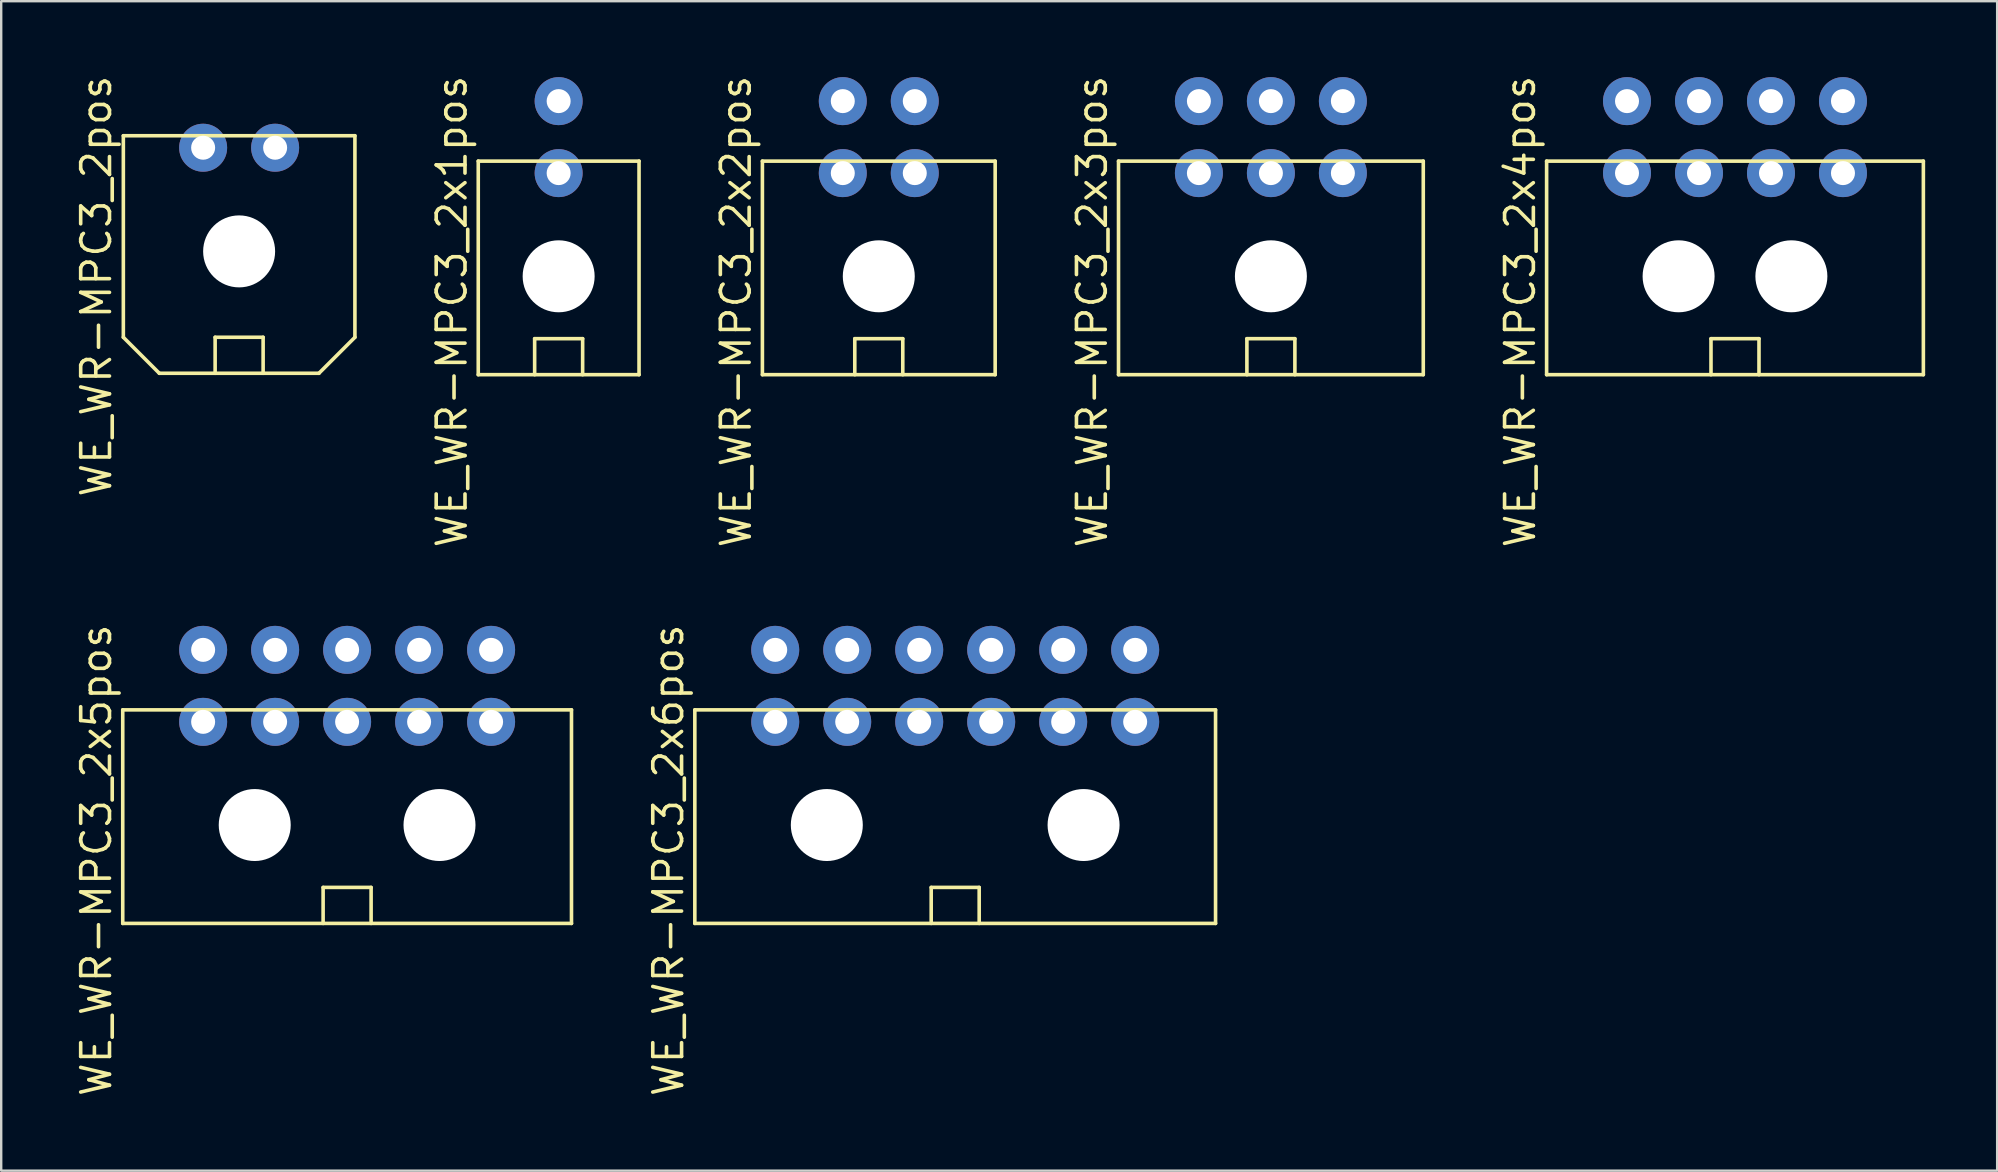
<source format=kicad_pcb>
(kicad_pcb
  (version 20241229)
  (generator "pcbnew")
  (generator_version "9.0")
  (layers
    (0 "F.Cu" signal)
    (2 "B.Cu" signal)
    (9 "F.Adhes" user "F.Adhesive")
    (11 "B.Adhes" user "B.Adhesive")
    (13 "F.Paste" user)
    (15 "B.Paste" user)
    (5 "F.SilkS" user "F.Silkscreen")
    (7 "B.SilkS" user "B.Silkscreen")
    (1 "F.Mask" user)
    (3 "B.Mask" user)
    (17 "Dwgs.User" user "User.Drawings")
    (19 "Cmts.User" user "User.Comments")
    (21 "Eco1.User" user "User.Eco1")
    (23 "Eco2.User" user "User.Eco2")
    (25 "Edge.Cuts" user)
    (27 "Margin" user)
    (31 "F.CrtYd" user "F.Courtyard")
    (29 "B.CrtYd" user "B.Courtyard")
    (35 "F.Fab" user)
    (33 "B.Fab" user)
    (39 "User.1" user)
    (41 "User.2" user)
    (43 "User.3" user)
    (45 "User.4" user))
  (footprint "WE_WR-MPC3_2x4pos"
    (layer "F.Cu")
    (at 69.251 2.664)
    (property "Reference" "WE_WR-MPC3_2x4pos" (at -8.95 7.27 270) (layer "F.SilkS") (effects (font (size 1.2 1.2) (thickness 0.15))))
    (attr through_hole)
    (fp_line (start -7.85 1) (end -7.85 9.9) (stroke (width 0.15) (type solid)) (layer "F.SilkS"))
    (fp_line (start -7.85 1) (end 7.85 1) (stroke (width 0.15) (type solid)) (layer "F.SilkS"))
    (fp_line (start -1 8.4) (end 1 8.4) (stroke (width 0.15) (type solid)) (layer "F.SilkS"))
    (fp_line (start -1 9.9) (end -1 8.4) (stroke (width 0.15) (type solid)) (layer "F.SilkS"))
    (fp_line (start 1 8.4) (end 1 9.9) (stroke (width 0.15) (type solid)) (layer "F.SilkS"))
    (fp_line (start 7.85 1) (end 7.85 9.9) (stroke (width 0.15) (type solid)) (layer "F.SilkS"))
    (fp_line (start 7.85 9.9) (end -7.85 9.9) (stroke (width 0.15) (type solid)) (layer "F.SilkS"))
    (pad "" np_thru_hole circle (at -2.35 5.8) (size 3 3) (drill 3) (layers "*.Cu" "*.Mask"))
    (pad "" np_thru_hole circle (at 2.35 5.8) (size 3 3) (drill 3) (layers "*.Cu" "*.Mask"))
    (pad "1" thru_hole circle (at -4.5 1.5) (size 2 2) (drill 1) (layers "*.Cu" "*.Mask"))
    (pad "2" thru_hole circle (at -4.5 -1.5) (size 2 2) (drill 1) (layers "*.Cu" "*.Mask"))
    (pad "3" thru_hole circle (at -1.5 1.5) (size 2 2) (drill 1) (layers "*.Cu" "*.Mask"))
    (pad "4" thru_hole circle (at -1.5 -1.5) (size 2 2) (drill 1) (layers "*.Cu" "*.Mask"))
    (pad "5" thru_hole circle (at 1.5 1.5) (size 2 2) (drill 1) (layers "*.Cu" "*.Mask"))
    (pad "6" thru_hole circle (at 1.5 -1.5) (size 2 2) (drill 1) (layers "*.Cu" "*.Mask"))
    (pad "7" thru_hole circle (at 4.5 1.5) (size 2 2) (drill 1) (layers "*.Cu" "*.Mask"))
    (pad "8" thru_hole circle (at 4.5 -1.5) (size 2 2) (drill 1) (layers "*.Cu" "*.Mask")))
  (footprint "WE_WR-MPC3_2x2pos"
    (layer "F.Cu")
    (at 33.571 2.664)
    (property "Reference" "WE_WR-MPC3_2x2pos" (at -5.95 7.27 270) (layer "F.SilkS") (effects (font (size 1.2 1.2) (thickness 0.15))))
    (attr through_hole)
    (fp_line (start -4.85 1) (end -4.85 9.9) (stroke (width 0.15) (type solid)) (layer "F.SilkS"))
    (fp_line (start -4.85 1) (end 4.85 1) (stroke (width 0.15) (type solid)) (layer "F.SilkS"))
    (fp_line (start -1 8.4) (end 1 8.4) (stroke (width 0.15) (type solid)) (layer "F.SilkS"))
    (fp_line (start -1 9.9) (end -1 8.4) (stroke (width 0.15) (type solid)) (layer "F.SilkS"))
    (fp_line (start 1 8.4) (end 1 9.9) (stroke (width 0.15) (type solid)) (layer "F.SilkS"))
    (fp_line (start 4.85 1) (end 4.85 9.9) (stroke (width 0.15) (type solid)) (layer "F.SilkS"))
    (fp_line (start 4.85 9.9) (end -4.85 9.9) (stroke (width 0.15) (type solid)) (layer "F.SilkS"))
    (pad "" np_thru_hole circle (at 0 5.8) (size 3 3) (drill 3) (layers "*.Cu" "*.Mask"))
    (pad "1" thru_hole circle (at -1.5 1.5) (size 2 2) (drill 1) (layers "*.Cu" "*.Mask"))
    (pad "2" thru_hole circle (at -1.5 -1.5) (size 2 2) (drill 1) (layers "*.Cu" "*.Mask"))
    (pad "3" thru_hole circle (at 1.5 1.5) (size 2 2) (drill 1) (layers "*.Cu" "*.Mask"))
    (pad "4" thru_hole circle (at 1.5 -1.5) (size 2 2) (drill 1) (layers "*.Cu" "*.Mask")))
  (footprint "WE_WR-MPC3_2x5pos"
    (layer "F.Cu")
    (at 11.415 25.531)
    (property "Reference" "WE_WR-MPC3_2x5pos" (at -10.45 7.27 270) (layer "F.SilkS") (effects (font (size 1.2 1.2) (thickness 0.15))))
    (attr through_hole)
    (fp_line (start -9.35 1) (end -9.35 9.9) (stroke (width 0.15) (type solid)) (layer "F.SilkS"))
    (fp_line (start -9.35 1) (end 9.35 1) (stroke (width 0.15) (type solid)) (layer "F.SilkS"))
    (fp_line (start -1 8.4) (end 1 8.4) (stroke (width 0.15) (type solid)) (layer "F.SilkS"))
    (fp_line (start -1 9.9) (end -1 8.4) (stroke (width 0.15) (type solid)) (layer "F.SilkS"))
    (fp_line (start 1 8.4) (end 1 9.9) (stroke (width 0.15) (type solid)) (layer "F.SilkS"))
    (fp_line (start 9.35 1) (end 9.35 9.9) (stroke (width 0.15) (type solid)) (layer "F.SilkS"))
    (fp_line (start 9.35 9.9) (end -9.35 9.9) (stroke (width 0.15) (type solid)) (layer "F.SilkS"))
    (pad "" np_thru_hole circle (at -3.85 5.8) (size 3 3) (drill 3) (layers "*.Cu" "*.Mask"))
    (pad "" np_thru_hole circle (at 3.85 5.8) (size 3 3) (drill 3) (layers "*.Cu" "*.Mask"))
    (pad "1" thru_hole circle (at -6 1.5) (size 2 2) (drill 1) (layers "*.Cu" "*.Mask"))
    (pad "2" thru_hole circle (at -6 -1.5) (size 2 2) (drill 1) (layers "*.Cu" "*.Mask"))
    (pad "3" thru_hole circle (at -3 1.5) (size 2 2) (drill 1) (layers "*.Cu" "*.Mask"))
    (pad "4" thru_hole circle (at -3 -1.5) (size 2 2) (drill 1) (layers "*.Cu" "*.Mask"))
    (pad "5" thru_hole circle (at 0 1.5) (size 2 2) (drill 1) (layers "*.Cu" "*.Mask"))
    (pad "6" thru_hole circle (at 0 -1.5) (size 2 2) (drill 1) (layers "*.Cu" "*.Mask"))
    (pad "7" thru_hole circle (at 3 1.5) (size 2 2) (drill 1) (layers "*.Cu" "*.Mask"))
    (pad "8" thru_hole circle (at 3 -1.5) (size 2 2) (drill 1) (layers "*.Cu" "*.Mask"))
    (pad "9" thru_hole circle (at 6 1.5) (size 2 2) (drill 1) (layers "*.Cu" "*.Mask"))
    (pad "10" thru_hole circle (at 6 -1.5) (size 2 2) (drill 1) (layers "*.Cu" "*.Mask")))
  (footprint "WE_WR-MPC3_2x3pos"
    (layer "F.Cu")
    (at 49.911 2.664)
    (property "Reference" "WE_WR-MPC3_2x3pos" (at -7.45 7.27 270) (layer "F.SilkS") (effects (font (size 1.2 1.2) (thickness 0.15))))
    (attr through_hole)
    (fp_line (start -6.35 1) (end -6.35 9.9) (stroke (width 0.15) (type solid)) (layer "F.SilkS"))
    (fp_line (start -6.35 1) (end 6.35 1) (stroke (width 0.15) (type solid)) (layer "F.SilkS"))
    (fp_line (start -1 8.4) (end 1 8.4) (stroke (width 0.15) (type solid)) (layer "F.SilkS"))
    (fp_line (start -1 9.9) (end -1 8.4) (stroke (width 0.15) (type solid)) (layer "F.SilkS"))
    (fp_line (start 1 8.4) (end 1 9.9) (stroke (width 0.15) (type solid)) (layer "F.SilkS"))
    (fp_line (start 6.35 1) (end 6.35 9.9) (stroke (width 0.15) (type solid)) (layer "F.SilkS"))
    (fp_line (start 6.35 9.9) (end -6.35 9.9) (stroke (width 0.15) (type solid)) (layer "F.SilkS"))
    (pad "" np_thru_hole circle (at 0 5.8) (size 3 3) (drill 3) (layers "*.Cu" "*.Mask"))
    (pad "1" thru_hole circle (at -3 1.5) (size 2 2) (drill 1) (layers "*.Cu" "*.Mask"))
    (pad "2" thru_hole circle (at -3 -1.5) (size 2 2) (drill 1) (layers "*.Cu" "*.Mask"))
    (pad "3" thru_hole circle (at 0 1.5) (size 2 2) (drill 1) (layers "*.Cu" "*.Mask"))
    (pad "4" thru_hole circle (at 0 -1.5) (size 2 2) (drill 1) (layers "*.Cu" "*.Mask"))
    (pad "5" thru_hole circle (at 3 1.5) (size 2 2) (drill 1) (layers "*.Cu" "*.Mask"))
    (pad "6" thru_hole circle (at 3 -1.5) (size 2 2) (drill 1) (layers "*.Cu" "*.Mask")))
  (footprint "WE_WR-MPC3_2pos"
    (layer "F.Cu")
    (at 6.915 3.106)
    (property "Reference" "WE_WR-MPC3_2pos" (at -5.95 5.77 270) (layer "F.SilkS") (effects (font (size 1.2 1.2) (thickness 0.15))))
    (attr through_hole)
    (fp_line (start -4.825 -0.5) (end -4.825 7.9) (stroke (width 0.15) (type solid)) (layer "F.SilkS"))
    (fp_line (start -4.825 -0.5) (end 4.825 -0.5) (stroke (width 0.15) (type solid)) (layer "F.SilkS"))
    (fp_line (start -4.825 7.9) (end -3.325 9.4) (stroke (width 0.15) (type solid)) (layer "F.SilkS"))
    (fp_line (start -1 7.9) (end 1 7.9) (stroke (width 0.15) (type solid)) (layer "F.SilkS"))
    (fp_line (start -1 9.4) (end -1 7.9) (stroke (width 0.15) (type solid)) (layer "F.SilkS"))
    (fp_line (start 1 7.9) (end 1 9.4) (stroke (width 0.15) (type solid)) (layer "F.SilkS"))
    (fp_line (start 3.325 9.4) (end -3.325 9.4) (stroke (width 0.15) (type solid)) (layer "F.SilkS"))
    (fp_line (start 4.825 -0.5) (end 4.825 7.9) (stroke (width 0.15) (type solid)) (layer "F.SilkS"))
    (fp_line (start 4.825 7.9) (end 3.325 9.4) (stroke (width 0.15) (type solid)) (layer "F.SilkS"))
    (pad "" np_thru_hole circle (at 0 4.32) (size 3 3) (drill 3) (layers "*.Cu" "*.Mask"))
    (pad "1" thru_hole circle (at -1.5 0) (size 2 2) (drill 1) (layers "*.Cu" "*.Mask"))
    (pad "2" thru_hole circle (at 1.5 0) (size 2 2) (drill 1) (layers "*.Cu" "*.Mask")))
  (footprint "WE_WR-MPC3_2x6pos"
    (layer "F.Cu")
    (at 36.755 25.531)
    (property "Reference" "WE_WR-MPC3_2x6pos" (at -11.95 7.27 270) (layer "F.SilkS") (effects (font (size 1.2 1.2) (thickness 0.15))))
    (attr through_hole)
    (fp_line (start -10.85 1) (end -10.85 9.9) (stroke (width 0.15) (type solid)) (layer "F.SilkS"))
    (fp_line (start -10.85 1) (end 10.85 1) (stroke (width 0.15) (type solid)) (layer "F.SilkS"))
    (fp_line (start -1 8.4) (end 1 8.4) (stroke (width 0.15) (type solid)) (layer "F.SilkS"))
    (fp_line (start -1 9.9) (end -1 8.4) (stroke (width 0.15) (type solid)) (layer "F.SilkS"))
    (fp_line (start 1 8.4) (end 1 9.9) (stroke (width 0.15) (type solid)) (layer "F.SilkS"))
    (fp_line (start 10.85 1) (end 10.85 9.9) (stroke (width 0.15) (type solid)) (layer "F.SilkS"))
    (fp_line (start 10.85 9.9) (end -10.85 9.9) (stroke (width 0.15) (type solid)) (layer "F.SilkS"))
    (pad "" np_thru_hole circle (at -5.35 5.8) (size 3 3) (drill 3) (layers "*.Cu" "*.Mask"))
    (pad "" np_thru_hole circle (at 5.35 5.8) (size 3 3) (drill 3) (layers "*.Cu" "*.Mask"))
    (pad "1" thru_hole circle (at -7.5 1.5) (size 2 2) (drill 1) (layers "*.Cu" "*.Mask"))
    (pad "2" thru_hole circle (at -7.5 -1.5) (size 2 2) (drill 1) (layers "*.Cu" "*.Mask"))
    (pad "3" thru_hole circle (at -4.5 1.5) (size 2 2) (drill 1) (layers "*.Cu" "*.Mask"))
    (pad "4" thru_hole circle (at -4.5 -1.5) (size 2 2) (drill 1) (layers "*.Cu" "*.Mask"))
    (pad "5" thru_hole circle (at -1.5 1.5) (size 2 2) (drill 1) (layers "*.Cu" "*.Mask"))
    (pad "6" thru_hole circle (at -1.5 -1.5) (size 2 2) (drill 1) (layers "*.Cu" "*.Mask"))
    (pad "7" thru_hole circle (at 1.5 1.5) (size 2 2) (drill 1) (layers "*.Cu" "*.Mask"))
    (pad "8" thru_hole circle (at 1.5 -1.5) (size 2 2) (drill 1) (layers "*.Cu" "*.Mask"))
    (pad "9" thru_hole circle (at 4.5 1.5) (size 2 2) (drill 1) (layers "*.Cu" "*.Mask"))
    (pad "10" thru_hole circle (at 4.5 -1.5) (size 2 2) (drill 1) (layers "*.Cu" "*.Mask"))
    (pad "11" thru_hole circle (at 7.5 1.5) (size 2 2) (drill 1) (layers "*.Cu" "*.Mask"))
    (pad "12" thru_hole circle (at 7.5 -1.5) (size 2 2) (drill 1) (layers "*.Cu" "*.Mask")))
  (footprint "WE_WR-MPC3_2x1pos"
    (layer "F.Cu")
    (at 20.23 2.664)
    (property "Reference" "WE_WR-MPC3_2x1pos" (at -4.45 7.27 270) (layer "F.SilkS") (effects (font (size 1.2 1.2) (thickness 0.15))))
    (attr through_hole)
    (fp_line (start -3.35 1) (end -3.35 9.9) (stroke (width 0.15) (type solid)) (layer "F.SilkS"))
    (fp_line (start -3.35 1) (end 3.35 1) (stroke (width 0.15) (type solid)) (layer "F.SilkS"))
    (fp_line (start -1 8.4) (end 1 8.4) (stroke (width 0.15) (type solid)) (layer "F.SilkS"))
    (fp_line (start -1 9.9) (end -1 8.4) (stroke (width 0.15) (type solid)) (layer "F.SilkS"))
    (fp_line (start 1 8.4) (end 1 9.9) (stroke (width 0.15) (type solid)) (layer "F.SilkS"))
    (fp_line (start 3.35 1) (end 3.35 9.9) (stroke (width 0.15) (type solid)) (layer "F.SilkS"))
    (fp_line (start 3.35 9.9) (end -3.35 9.9) (stroke (width 0.15) (type solid)) (layer "F.SilkS"))
    (pad "" np_thru_hole circle (at 0 5.8) (size 3 3) (drill 3) (layers "*.Cu" "*.Mask"))
    (pad "1" thru_hole circle (at 0 1.5) (size 2 2) (drill 1) (layers "*.Cu" "*.Mask"))
    (pad "2" thru_hole circle (at 0 -1.5) (size 2 2) (drill 1) (layers "*.Cu" "*.Mask")))
  (gr_rect
    (start -3 -3)
    (end 80.176 45.734)
    (stroke (width 0.1) (type default))
    (fill no)
    (layer "Edge.Cuts")))
</source>
